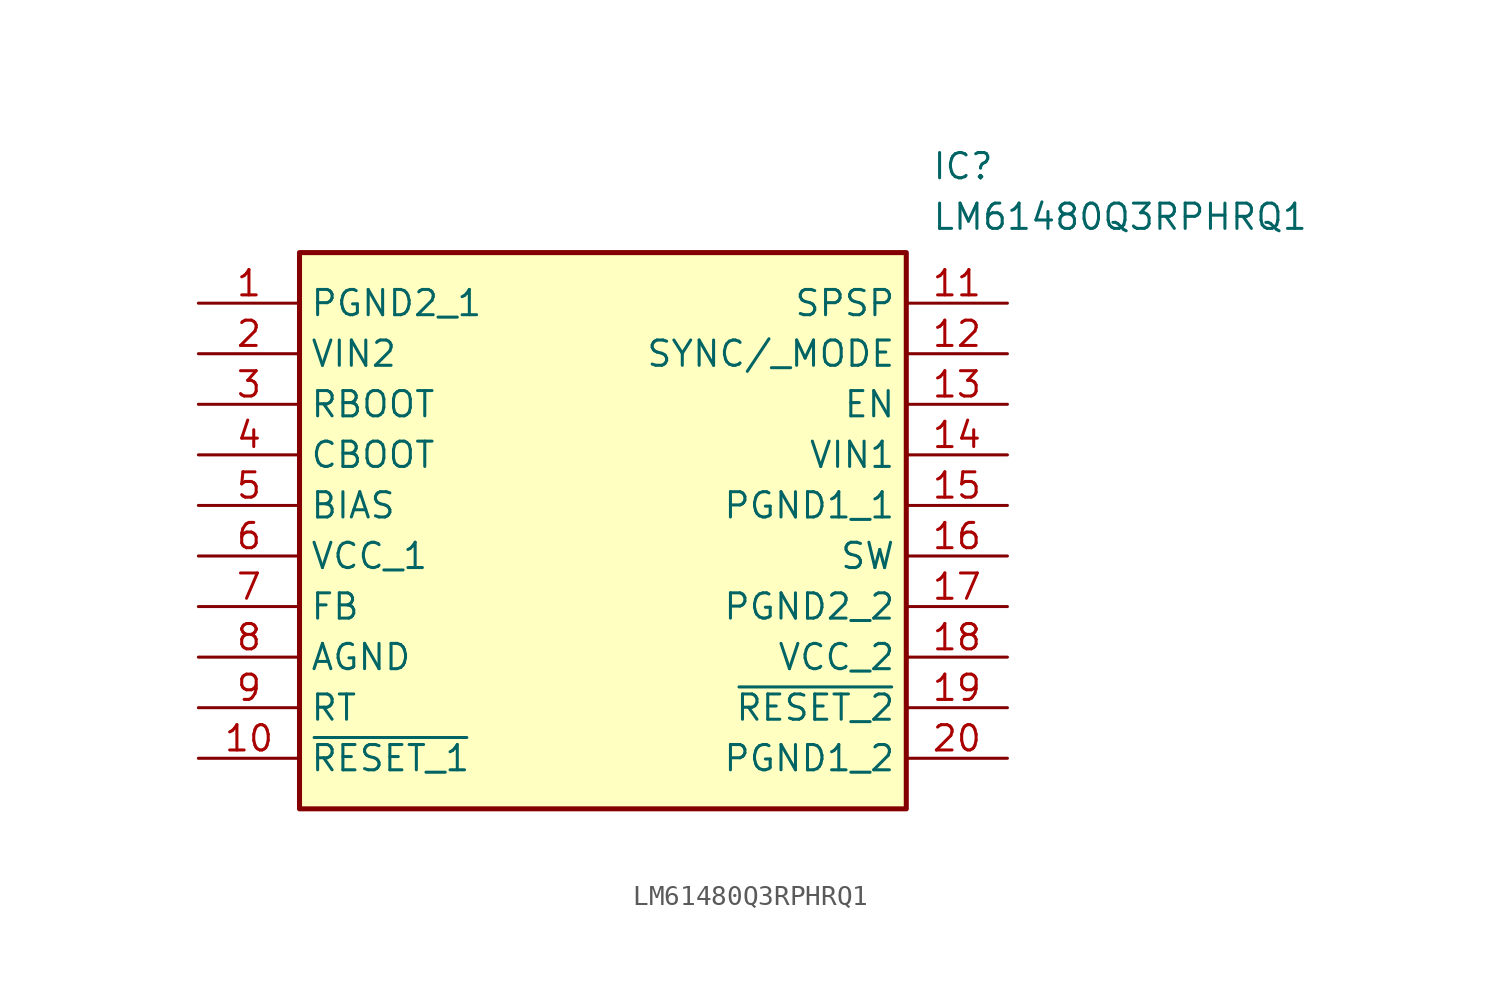
<source format=kicad_sym>
(kicad_symbol_lib
  (version 20211014)
  (generator SamacSys_ECAD_Model)
  (symbol "LM61480Q3RPHRQ1"
    (property "Reference" "IC"
      (at 36.83 7.62 0)
      (effects (font (size 1.27 1.27)) (justify left top)))
    (property "Value" "LM61480Q3RPHRQ1"
      (at 36.83 5.08 0)
      (effects (font (size 1.27 1.27)) (justify left top)))
    (rectangle
      (start 5.08 2.54)
      (end 35.56 -25.4)
      (stroke (width 0.254) (type default))
      (fill (type background)))
    (pin passive line
      (at 0 0 0)
      (length 5.08)
      (name "PGND2_1" (effects (font (size 1.27 1.27))))
      (number "1" (effects (font (size 1.27 1.27)))))
    (pin passive line
      (at 0 -2.54 0)
      (length 5.08)
      (name "VIN2" (effects (font (size 1.27 1.27))))
      (number "2" (effects (font (size 1.27 1.27)))))
    (pin passive line
      (at 0 -5.08 0)
      (length 5.08)
      (name "RBOOT" (effects (font (size 1.27 1.27))))
      (number "3" (effects (font (size 1.27 1.27)))))
    (pin passive line
      (at 0 -7.62 0)
      (length 5.08)
      (name "CBOOT" (effects (font (size 1.27 1.27))))
      (number "4" (effects (font (size 1.27 1.27)))))
    (pin passive line
      (at 0 -10.16 0)
      (length 5.08)
      (name "BIAS" (effects (font (size 1.27 1.27))))
      (number "5" (effects (font (size 1.27 1.27)))))
    (pin passive line
      (at 0 -12.7 0)
      (length 5.08)
      (name "VCC_1" (effects (font (size 1.27 1.27))))
      (number "6" (effects (font (size 1.27 1.27)))))
    (pin passive line
      (at 0 -15.24 0)
      (length 5.08)
      (name "FB" (effects (font (size 1.27 1.27))))
      (number "7" (effects (font (size 1.27 1.27)))))
    (pin passive line
      (at 0 -17.78 0)
      (length 5.08)
      (name "AGND" (effects (font (size 1.27 1.27))))
      (number "8" (effects (font (size 1.27 1.27)))))
    (pin passive line
      (at 0 -20.32 0)
      (length 5.08)
      (name "RT" (effects (font (size 1.27 1.27))))
      (number "9" (effects (font (size 1.27 1.27)))))
    (pin passive line
      (at 0 -22.86 0)
      (length 5.08)
      (name "~{RESET_1}" (effects (font (size 1.27 1.27))))
      (number "10" (effects (font (size 1.27 1.27)))))
    (pin passive line
      (at 40.64 0 180)
      (length 5.08)
      (name "SPSP" (effects (font (size 1.27 1.27))))
      (number "11" (effects (font (size 1.27 1.27)))))
    (pin passive line
      (at 40.64 -2.54 180)
      (length 5.08)
      (name "SYNC/_MODE" (effects (font (size 1.27 1.27))))
      (number "12" (effects (font (size 1.27 1.27)))))
    (pin passive line
      (at 40.64 -5.08 180)
      (length 5.08)
      (name "EN" (effects (font (size 1.27 1.27))))
      (number "13" (effects (font (size 1.27 1.27)))))
    (pin passive line
      (at 40.64 -7.62 180)
      (length 5.08)
      (name "VIN1" (effects (font (size 1.27 1.27))))
      (number "14" (effects (font (size 1.27 1.27)))))
    (pin passive line
      (at 40.64 -10.16 180)
      (length 5.08)
      (name "PGND1_1" (effects (font (size 1.27 1.27))))
      (number "15" (effects (font (size 1.27 1.27)))))
    (pin passive line
      (at 40.64 -12.7 180)
      (length 5.08)
      (name "SW" (effects (font (size 1.27 1.27))))
      (number "16" (effects (font (size 1.27 1.27)))))
    (pin passive line
      (at 40.64 -15.24 180)
      (length 5.08)
      (name "PGND2_2" (effects (font (size 1.27 1.27))))
      (number "17" (effects (font (size 1.27 1.27)))))
    (pin passive line
      (at 40.64 -17.78 180)
      (length 5.08)
      (name "VCC_2" (effects (font (size 1.27 1.27))))
      (number "18" (effects (font (size 1.27 1.27)))))
    (pin passive line
      (at 40.64 -20.32 180)
      (length 5.08)
      (name "~{RESET_2}" (effects (font (size 1.27 1.27))))
      (number "19" (effects (font (size 1.27 1.27)))))
    (pin passive line
      (at 40.64 -22.86 180)
      (length 5.08)
      (name "PGND1_2" (effects (font (size 1.27 1.27))))
      (number "20" (effects (font (size 1.27 1.27)))))))
</source>
